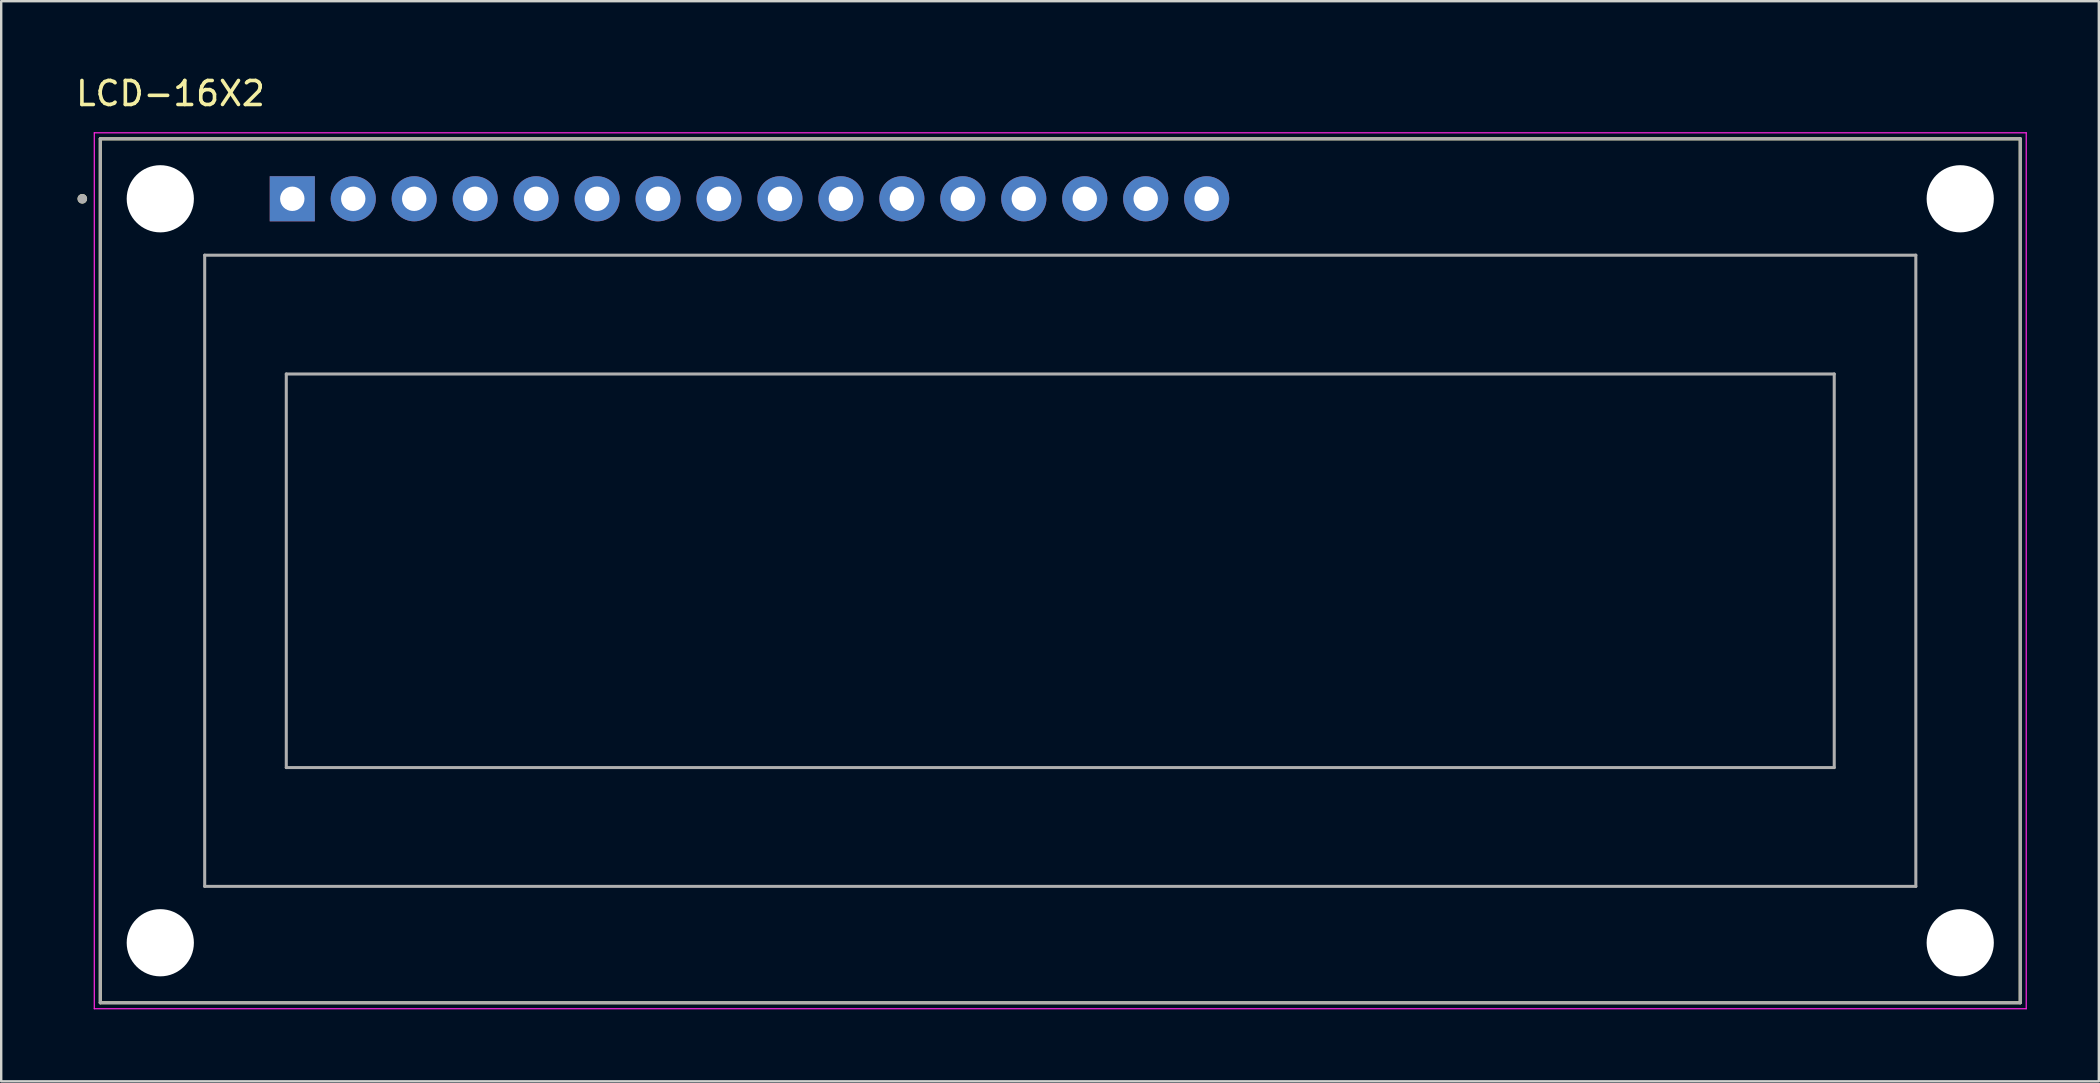
<source format=kicad_pcb>
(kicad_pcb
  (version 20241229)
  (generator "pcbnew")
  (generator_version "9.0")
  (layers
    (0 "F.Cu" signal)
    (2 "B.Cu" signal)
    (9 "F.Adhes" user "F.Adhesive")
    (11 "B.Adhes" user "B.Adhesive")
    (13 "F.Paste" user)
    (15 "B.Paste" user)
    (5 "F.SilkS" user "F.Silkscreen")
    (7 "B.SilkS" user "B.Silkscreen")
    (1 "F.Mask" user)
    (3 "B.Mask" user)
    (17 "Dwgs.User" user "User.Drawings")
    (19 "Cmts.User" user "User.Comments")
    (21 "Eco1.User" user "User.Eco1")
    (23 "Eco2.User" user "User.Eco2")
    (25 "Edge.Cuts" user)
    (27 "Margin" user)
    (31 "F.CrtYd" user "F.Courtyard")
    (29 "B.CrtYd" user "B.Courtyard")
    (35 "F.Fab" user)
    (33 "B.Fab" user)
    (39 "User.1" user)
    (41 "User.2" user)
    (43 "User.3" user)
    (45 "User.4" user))
  (footprint "LCD-16X2"
    (layer "F.Cu")
    (at 41.129 20.733)
    (property "Reference" "LCD-16X2" (at -37.075 -19.885 0) (layer "F.SilkS") (effects (font (size 1 1) (thickness 0.15))))
    (attr through_hole)
    (fp_line (start -40 -18) (end 40 -18) (stroke (width 0.127) (type solid)) (layer "F.SilkS"))
    (fp_line (start -40 18) (end -40 -18) (stroke (width 0.127) (type solid)) (layer "F.SilkS"))
    (fp_line (start 40 -18) (end 40 18) (stroke (width 0.127) (type solid)) (layer "F.SilkS"))
    (fp_line (start 40 18) (end -40 18) (stroke (width 0.127) (type solid)) (layer "F.SilkS"))
    (fp_circle (center -40.75 -15.5) (end -40.65 -15.5) (stroke (width 0.2) (type solid)) (fill no) (layer "F.SilkS"))
    (fp_line (start -40.25 -18.25) (end -40.25 18.25) (stroke (width 0.05) (type solid)) (layer "F.CrtYd"))
    (fp_line (start -40.25 18.25) (end 40.25 18.25) (stroke (width 0.05) (type solid)) (layer "F.CrtYd"))
    (fp_line (start 40.25 -18.25) (end -40.25 -18.25) (stroke (width 0.05) (type solid)) (layer "F.CrtYd"))
    (fp_line (start 40.25 18.25) (end 40.25 -18.25) (stroke (width 0.05) (type solid)) (layer "F.CrtYd"))
    (fp_line (start -40 -18) (end 40 -18) (stroke (width 0.127) (type solid)) (layer "F.Fab"))
    (fp_line (start -40 18) (end -40 -18) (stroke (width 0.127) (type solid)) (layer "F.Fab"))
    (fp_line (start -35.65 -13.15) (end 35.65 -13.15) (stroke (width 0.127) (type solid)) (layer "F.Fab"))
    (fp_line (start -35.65 13.15) (end -35.65 -13.15) (stroke (width 0.127) (type solid)) (layer "F.Fab"))
    (fp_line (start -32.25 -8.2) (end 32.25 -8.2) (stroke (width 0.127) (type solid)) (layer "F.Fab"))
    (fp_line (start -32.25 8.2) (end -32.25 -8.2) (stroke (width 0.127) (type solid)) (layer "F.Fab"))
    (fp_line (start 32.25 -8.2) (end 32.25 8.2) (stroke (width 0.127) (type solid)) (layer "F.Fab"))
    (fp_line (start 32.25 8.2) (end -32.25 8.2) (stroke (width 0.127) (type solid)) (layer "F.Fab"))
    (fp_line (start 35.65 -13.15) (end 35.65 13.15) (stroke (width 0.127) (type solid)) (layer "F.Fab"))
    (fp_line (start 35.65 13.15) (end -35.65 13.15) (stroke (width 0.127) (type solid)) (layer "F.Fab"))
    (fp_line (start 40 -18) (end 40 18) (stroke (width 0.127) (type solid)) (layer "F.Fab"))
    (fp_line (start 40 18) (end -40 18) (stroke (width 0.127) (type solid)) (layer "F.Fab"))
    (fp_circle (center -40.75 -15.5) (end -40.65 -15.5) (stroke (width 0.2) (type solid)) (fill no) (layer "F.Fab"))
    (pad "" np_thru_hole circle (at -37.5 -15.5) (size 2.8 2.8) (drill 2.8) (layers "*.Cu" "*.Mask"))
    (pad "" np_thru_hole circle (at -37.5 15.5) (size 2.8 2.8) (drill 2.8) (layers "*.Cu" "*.Mask"))
    (pad "" np_thru_hole circle (at 37.5 -15.5) (size 2.8 2.8) (drill 2.8) (layers "*.Cu" "*.Mask"))
    (pad "" np_thru_hole circle (at 37.5 15.5) (size 2.8 2.8) (drill 2.8) (layers "*.Cu" "*.Mask"))
    (pad "1" thru_hole rect (at -32 -15.5) (size 1.88 1.88) (drill 1.016) (layers "*.Cu" "*.Mask"))
    (pad "2" thru_hole circle (at -29.46 -15.5) (size 1.88 1.88) (drill 1.016) (layers "*.Cu" "*.Mask"))
    (pad "3" thru_hole circle (at -26.92 -15.5) (size 1.88 1.88) (drill 1.016) (layers "*.Cu" "*.Mask"))
    (pad "4" thru_hole circle (at -24.38 -15.5) (size 1.88 1.88) (drill 1.016) (layers "*.Cu" "*.Mask"))
    (pad "5" thru_hole circle (at -21.84 -15.5) (size 1.88 1.88) (drill 1.016) (layers "*.Cu" "*.Mask"))
    (pad "6" thru_hole circle (at -19.3 -15.5) (size 1.88 1.88) (drill 1.016) (layers "*.Cu" "*.Mask"))
    (pad "7" thru_hole circle (at -16.76 -15.5) (size 1.88 1.88) (drill 1.016) (layers "*.Cu" "*.Mask"))
    (pad "8" thru_hole circle (at -14.22 -15.5) (size 1.88 1.88) (drill 1.016) (layers "*.Cu" "*.Mask"))
    (pad "9" thru_hole circle (at -11.68 -15.5) (size 1.88 1.88) (drill 1.016) (layers "*.Cu" "*.Mask"))
    (pad "10" thru_hole circle (at -9.14 -15.5) (size 1.88 1.88) (drill 1.016) (layers "*.Cu" "*.Mask"))
    (pad "11" thru_hole circle (at -6.6 -15.5) (size 1.88 1.88) (drill 1.016) (layers "*.Cu" "*.Mask"))
    (pad "12" thru_hole circle (at -4.06 -15.5) (size 1.88 1.88) (drill 1.016) (layers "*.Cu" "*.Mask"))
    (pad "13" thru_hole circle (at -1.52 -15.5) (size 1.88 1.88) (drill 1.016) (layers "*.Cu" "*.Mask"))
    (pad "14" thru_hole circle (at 1.02 -15.5) (size 1.88 1.88) (drill 1.016) (layers "*.Cu" "*.Mask"))
    (pad "15" thru_hole circle (at 3.56 -15.5) (size 1.88 1.88) (drill 1.016) (layers "*.Cu" "*.Mask"))
    (pad "16" thru_hole circle (at 6.1 -15.5) (size 1.88 1.88) (drill 1.016) (layers "*.Cu" "*.Mask")))
  (gr_rect
    (start -3 -3)
    (end 84.404 42.008)
    (stroke (width 0.1) (type default))
    (fill no)
    (layer "Edge.Cuts")))
</source>
